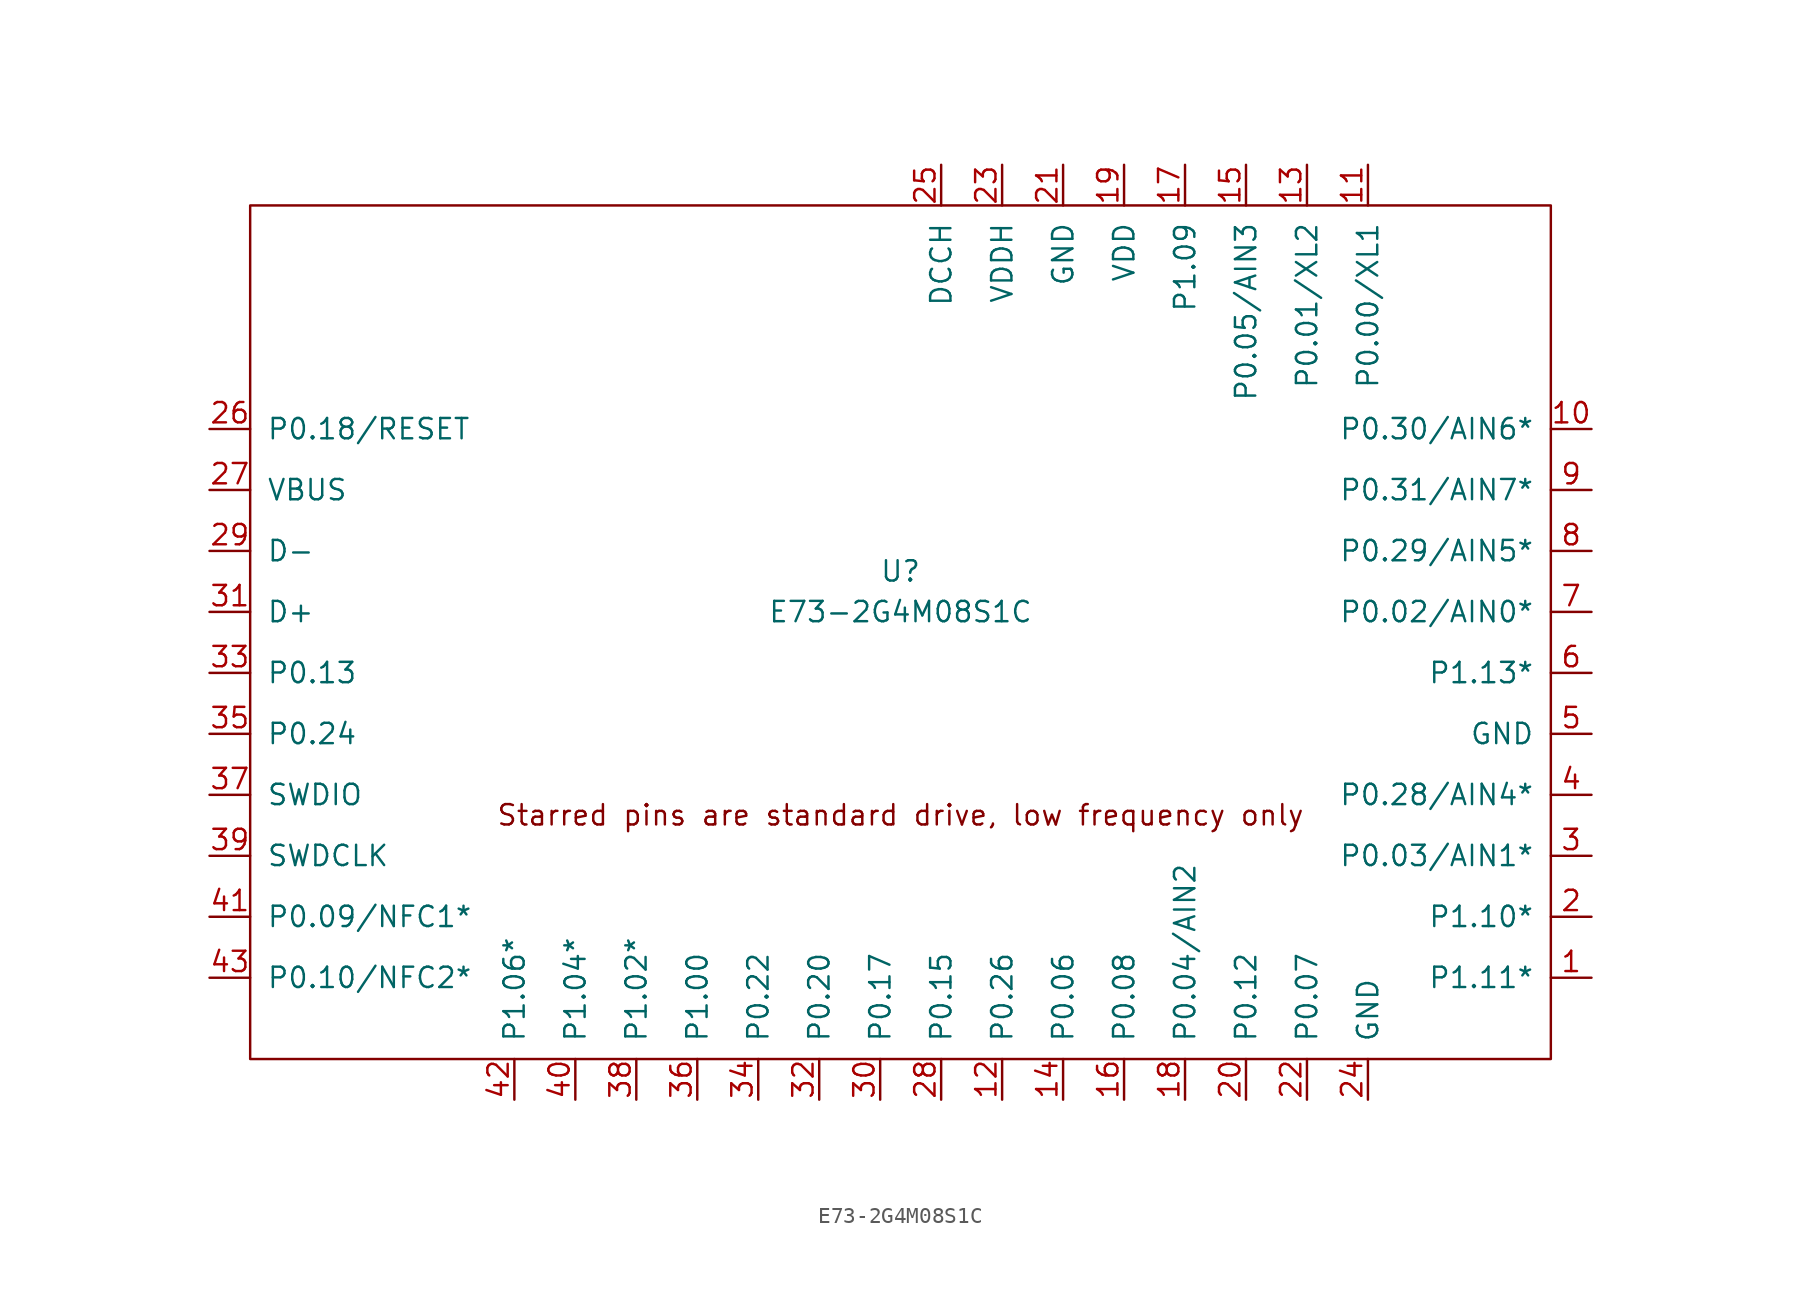
<source format=kicad_sym>
(kicad_symbol_lib
  (version 20211014)
  (generator kicad_symbol_editor)
  (symbol "E73-2G4M08S1C"
    (pin_names
      (offset 1.016))
    (property "Reference" "U"
      (at 0 3.81 0)
      (effects (font (size 1.27 1.27))))
    (property "Value" "E73-2G4M08S1C"
      (at 0 1.27 0)
      (effects (font (size 1.27 1.27))))
    (symbol "E73-2G4M08S1C_0_0"
      (text "Starred pins are standard drive, low frequency only" (at 0 -11.43 0) (effects (font (size 1.27 1.27)))))
    (symbol "E73-2G4M08S1C_0_1"
      (rectangle (start -40.64 26.67) (end 40.64 -26.67) (stroke (width 0) (type default) (color 0 0 0 0)) (fill (type none))))
    (symbol "E73-2G4M08S1C_1_1"
      (pin input line (at 43.18 -21.59 180) (length 2.54) (name "P1.11*" (effects (font (size 1.27 1.27)))) (number "1" (effects (font (size 1.27 1.27)))))
      (pin input line (at 43.18 12.7 180) (length 2.54) (name "P0.30/AIN6*" (effects (font (size 1.27 1.27)))) (number "10" (effects (font (size 1.27 1.27)))))
      (pin input line (at 29.21 29.21 270) (length 2.54) (name "P0.00/XL1" (effects (font (size 1.27 1.27)))) (number "11" (effects (font (size 1.27 1.27)))))
      (pin input line (at 6.35 -29.21 90) (length 2.54) (name "P0.26" (effects (font (size 1.27 1.27)))) (number "12" (effects (font (size 1.27 1.27)))))
      (pin input line (at 25.4 29.21 270) (length 2.54) (name "P0.01/XL2" (effects (font (size 1.27 1.27)))) (number "13" (effects (font (size 1.27 1.27)))))
      (pin input line (at 10.16 -29.21 90) (length 2.54) (name "P0.06" (effects (font (size 1.27 1.27)))) (number "14" (effects (font (size 1.27 1.27)))))
      (pin input line (at 21.59 29.21 270) (length 2.54) (name "P0.05/AIN3" (effects (font (size 1.27 1.27)))) (number "15" (effects (font (size 1.27 1.27)))))
      (pin input line (at 13.97 -29.21 90) (length 2.54) (name "P0.08" (effects (font (size 1.27 1.27)))) (number "16" (effects (font (size 1.27 1.27)))))
      (pin input line (at 17.78 29.21 270) (length 2.54) (name "P1.09" (effects (font (size 1.27 1.27)))) (number "17" (effects (font (size 1.27 1.27)))))
      (pin input line (at 17.78 -29.21 90) (length 2.54) (name "P0.04/AIN2" (effects (font (size 1.27 1.27)))) (number "18" (effects (font (size 1.27 1.27)))))
      (pin input line (at 13.97 29.21 270) (length 2.54) (name "VDD" (effects (font (size 1.27 1.27)))) (number "19" (effects (font (size 1.27 1.27)))))
      (pin input line (at 43.18 -17.78 180) (length 2.54) (name "P1.10*" (effects (font (size 1.27 1.27)))) (number "2" (effects (font (size 1.27 1.27)))))
      (pin input line (at 21.59 -29.21 90) (length 2.54) (name "P0.12" (effects (font (size 1.27 1.27)))) (number "20" (effects (font (size 1.27 1.27)))))
      (pin input line (at 10.16 29.21 270) (length 2.54) (name "GND" (effects (font (size 1.27 1.27)))) (number "21" (effects (font (size 1.27 1.27)))))
      (pin input line (at 25.4 -29.21 90) (length 2.54) (name "P0.07" (effects (font (size 1.27 1.27)))) (number "22" (effects (font (size 1.27 1.27)))))
      (pin input line (at 6.35 29.21 270) (length 2.54) (name "VDDH" (effects (font (size 1.27 1.27)))) (number "23" (effects (font (size 1.27 1.27)))))
      (pin input line (at 29.21 -29.21 90) (length 2.54) (name "GND" (effects (font (size 1.27 1.27)))) (number "24" (effects (font (size 1.27 1.27)))))
      (pin input line (at 2.54 29.21 270) (length 2.54) (name "DCCH" (effects (font (size 1.27 1.27)))) (number "25" (effects (font (size 1.27 1.27)))))
      (pin input line (at -43.18 12.7 0) (length 2.54) (name "P0.18/RESET" (effects (font (size 1.27 1.27)))) (number "26" (effects (font (size 1.27 1.27)))))
      (pin input line (at -43.18 8.89 0) (length 2.54) (name "VBUS" (effects (font (size 1.27 1.27)))) (number "27" (effects (font (size 1.27 1.27)))))
      (pin input line (at 2.54 -29.21 90) (length 2.54) (name "P0.15" (effects (font (size 1.27 1.27)))) (number "28" (effects (font (size 1.27 1.27)))))
      (pin input line (at -43.18 5.08 0) (length 2.54) (name "D-" (effects (font (size 1.27 1.27)))) (number "29" (effects (font (size 1.27 1.27)))))
      (pin input line (at 43.18 -13.97 180) (length 2.54) (name "P0.03/AIN1*" (effects (font (size 1.27 1.27)))) (number "3" (effects (font (size 1.27 1.27)))))
      (pin input line (at -1.27 -29.21 90) (length 2.54) (name "P0.17" (effects (font (size 1.27 1.27)))) (number "30" (effects (font (size 1.27 1.27)))))
      (pin input line (at -43.18 1.27 0) (length 2.54) (name "D+" (effects (font (size 1.27 1.27)))) (number "31" (effects (font (size 1.27 1.27)))))
      (pin input line (at -5.08 -29.21 90) (length 2.54) (name "P0.20" (effects (font (size 1.27 1.27)))) (number "32" (effects (font (size 1.27 1.27)))))
      (pin input line (at -43.18 -2.54 0) (length 2.54) (name "P0.13" (effects (font (size 1.27 1.27)))) (number "33" (effects (font (size 1.27 1.27)))))
      (pin input line (at -8.89 -29.21 90) (length 2.54) (name "P0.22" (effects (font (size 1.27 1.27)))) (number "34" (effects (font (size 1.27 1.27)))))
      (pin input line (at -43.18 -6.35 0) (length 2.54) (name "P0.24" (effects (font (size 1.27 1.27)))) (number "35" (effects (font (size 1.27 1.27)))))
      (pin input line (at -12.7 -29.21 90) (length 2.54) (name "P1.00" (effects (font (size 1.27 1.27)))) (number "36" (effects (font (size 1.27 1.27)))))
      (pin input line (at -43.18 -10.16 0) (length 2.54) (name "SWDIO" (effects (font (size 1.27 1.27)))) (number "37" (effects (font (size 1.27 1.27)))))
      (pin input line (at -16.51 -29.21 90) (length 2.54) (name "P1.02*" (effects (font (size 1.27 1.27)))) (number "38" (effects (font (size 1.27 1.27)))))
      (pin input line (at -43.18 -13.97 0) (length 2.54) (name "SWDCLK" (effects (font (size 1.27 1.27)))) (number "39" (effects (font (size 1.27 1.27)))))
      (pin input line (at 43.18 -10.16 180) (length 2.54) (name "P0.28/AIN4*" (effects (font (size 1.27 1.27)))) (number "4" (effects (font (size 1.27 1.27)))))
      (pin input line (at -20.32 -29.21 90) (length 2.54) (name "P1.04*" (effects (font (size 1.27 1.27)))) (number "40" (effects (font (size 1.27 1.27)))))
      (pin input line (at -43.18 -17.78 0) (length 2.54) (name "P0.09/NFC1*" (effects (font (size 1.27 1.27)))) (number "41" (effects (font (size 1.27 1.27)))))
      (pin input line (at -24.13 -29.21 90) (length 2.54) (name "P1.06*" (effects (font (size 1.27 1.27)))) (number "42" (effects (font (size 1.27 1.27)))))
      (pin input line (at -43.18 -21.59 0) (length 2.54) (name "P0.10/NFC2*" (effects (font (size 1.27 1.27)))) (number "43" (effects (font (size 1.27 1.27)))))
      (pin input line (at 43.18 -6.35 180) (length 2.54) (name "GND" (effects (font (size 1.27 1.27)))) (number "5" (effects (font (size 1.27 1.27)))))
      (pin input line (at 43.18 -2.54 180) (length 2.54) (name "P1.13*" (effects (font (size 1.27 1.27)))) (number "6" (effects (font (size 1.27 1.27)))))
      (pin input line (at 43.18 1.27 180) (length 2.54) (name "P0.02/AIN0*" (effects (font (size 1.27 1.27)))) (number "7" (effects (font (size 1.27 1.27)))))
      (pin input line (at 43.18 5.08 180) (length 2.54) (name "P0.29/AIN5*" (effects (font (size 1.27 1.27)))) (number "8" (effects (font (size 1.27 1.27)))))
      (pin input line (at 43.18 8.89 180) (length 2.54) (name "P0.31/AIN7*" (effects (font (size 1.27 1.27)))) (number "9" (effects (font (size 1.27 1.27))))))))
</source>
